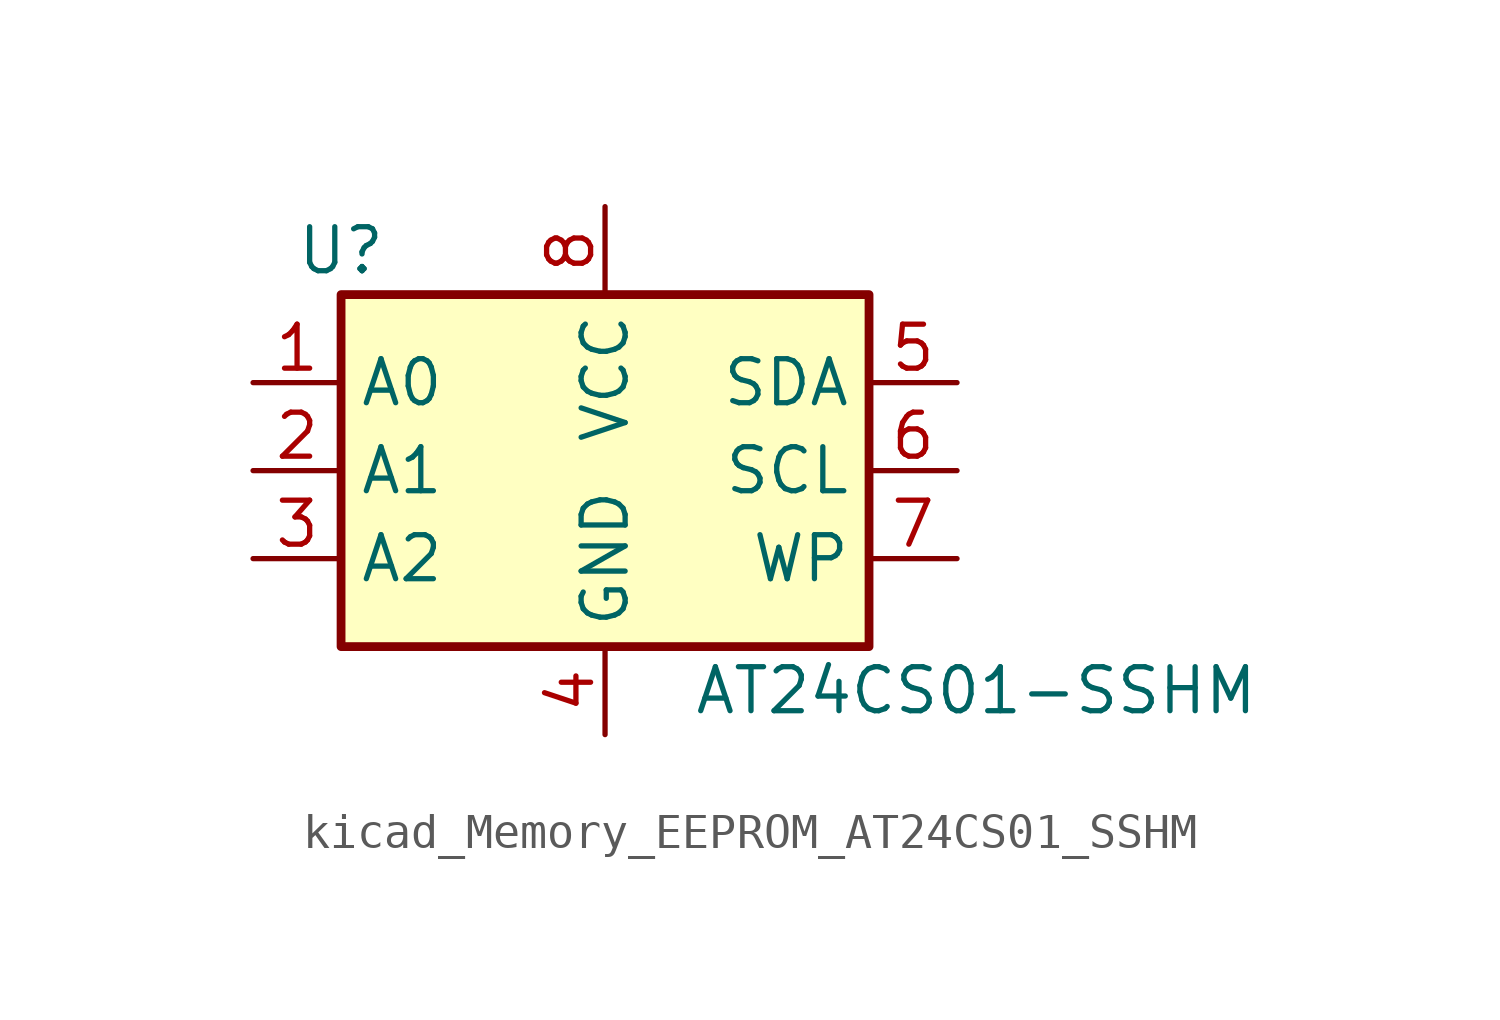
<source format=kicad_sym>
(kicad_symbol_lib
  (version 20220914)
  (generator kicad_symbol_editor)
  (symbol "kicad_Memory_EEPROM_AT24CS01_SSHM"
    (property "Reference" "U"
      (at -7.62 6.35 0)
      (effects (font (size 1.27 1.27))))
    (property "Value" "AT24CS01-SSHM"
      (at 2.54 -6.35 0)
      (effects (font (size 1.27 1.27)) (justify left)))
    (symbol "kicad_Memory_EEPROM_AT24CS01_SSHM_1_1"
      (rectangle (start -7.62 5.08) (end 7.62 -5.08) (stroke (width 0.254) (type default)) (fill (type background)))
      (pin input line (at -10.16 2.54 0) (length 2.54) (name "A0" (effects (font (size 1.27 1.27)))) (number "1" (effects (font (size 1.27 1.27)))))
      (pin input line (at -10.16 0 0) (length 2.54) (name "A1" (effects (font (size 1.27 1.27)))) (number "2" (effects (font (size 1.27 1.27)))))
      (pin input line (at -10.16 -2.54 0) (length 2.54) (name "A2" (effects (font (size 1.27 1.27)))) (number "3" (effects (font (size 1.27 1.27)))))
      (pin power_in line (at 0 -7.62 90) (length 2.54) (name "GND" (effects (font (size 1.27 1.27)))) (number "4" (effects (font (size 1.27 1.27)))))
      (pin bidirectional line (at 10.16 2.54 180) (length 2.54) (name "SDA" (effects (font (size 1.27 1.27)))) (number "5" (effects (font (size 1.27 1.27)))))
      (pin input line (at 10.16 0 180) (length 2.54) (name "SCL" (effects (font (size 1.27 1.27)))) (number "6" (effects (font (size 1.27 1.27)))))
      (pin input line (at 10.16 -2.54 180) (length 2.54) (name "WP" (effects (font (size 1.27 1.27)))) (number "7" (effects (font (size 1.27 1.27)))))
      (pin power_in line (at 0 7.62 270) (length 2.54) (name "VCC" (effects (font (size 1.27 1.27)))) (number "8" (effects (font (size 1.27 1.27))))))))
</source>
